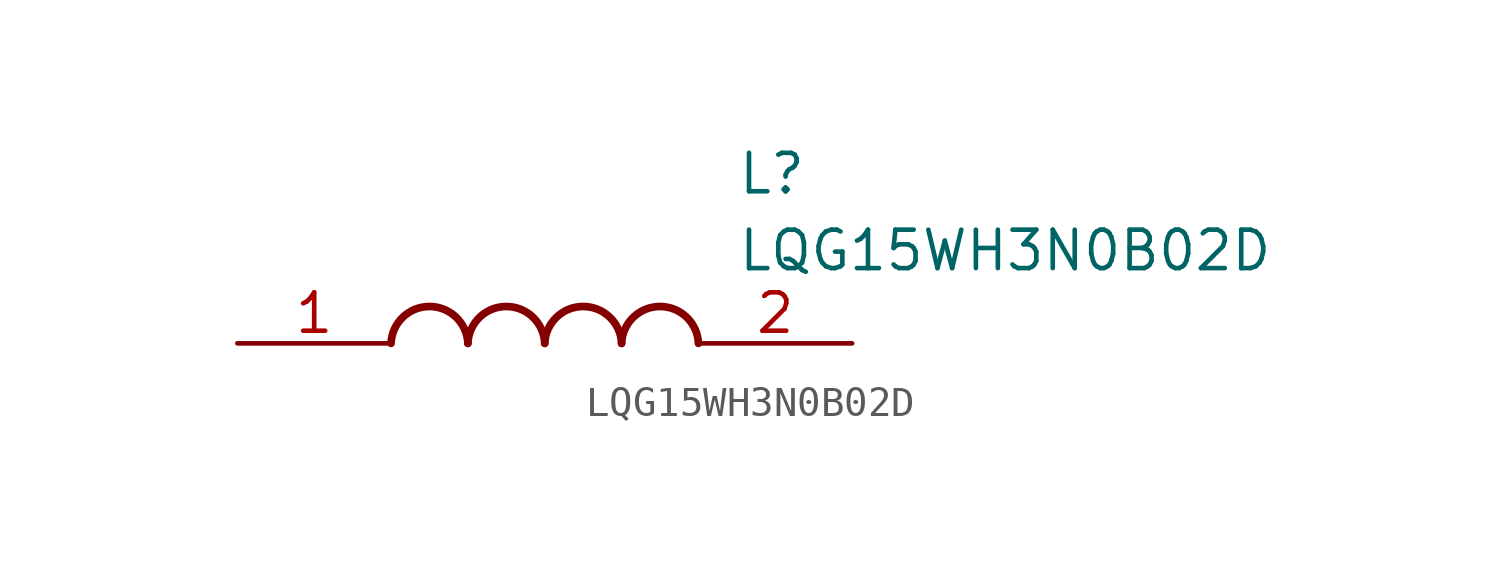
<source format=kicad_sym>
(kicad_symbol_lib
  (version 20211014)
  (generator SamacSys_ECAD_Model)
  (symbol "LQG15WH3N0B02D"
    (pin_names hide)
    (property "Reference" "L"
      (at 16.51 6.35 0)
      (effects (font (size 1.27 1.27)) (justify left top)))
    (property "Value" "LQG15WH3N0B02D"
      (at 16.51 3.81 0)
      (effects (font (size 1.27 1.27)) (justify left top)))
    (arc
      (start 7.62 0)
      (mid 6.35 1.219)
      (end 5.08 0)
      (stroke (width 0.254) (type default))
      (fill (type none)))
    (arc
      (start 10.16 0)
      (mid 8.89 1.219)
      (end 7.62 0)
      (stroke (width 0.254) (type default))
      (fill (type none)))
    (arc
      (start 12.7 0)
      (mid 11.43 1.219)
      (end 10.16 0)
      (stroke (width 0.254) (type default))
      (fill (type none)))
    (arc
      (start 15.24 0)
      (mid 13.97 1.219)
      (end 12.7 0)
      (stroke (width 0.254) (type default))
      (fill (type none)))
    (pin passive line
      (at 0 0 0)
      (length 5.08)
      (name "1" (effects (font (size 1.27 1.27))))
      (number "1" (effects (font (size 1.27 1.27)))))
    (pin passive line
      (at 20.32 0 180)
      (length 5.08)
      (name "2" (effects (font (size 1.27 1.27))))
      (number "2" (effects (font (size 1.27 1.27)))))))
</source>
